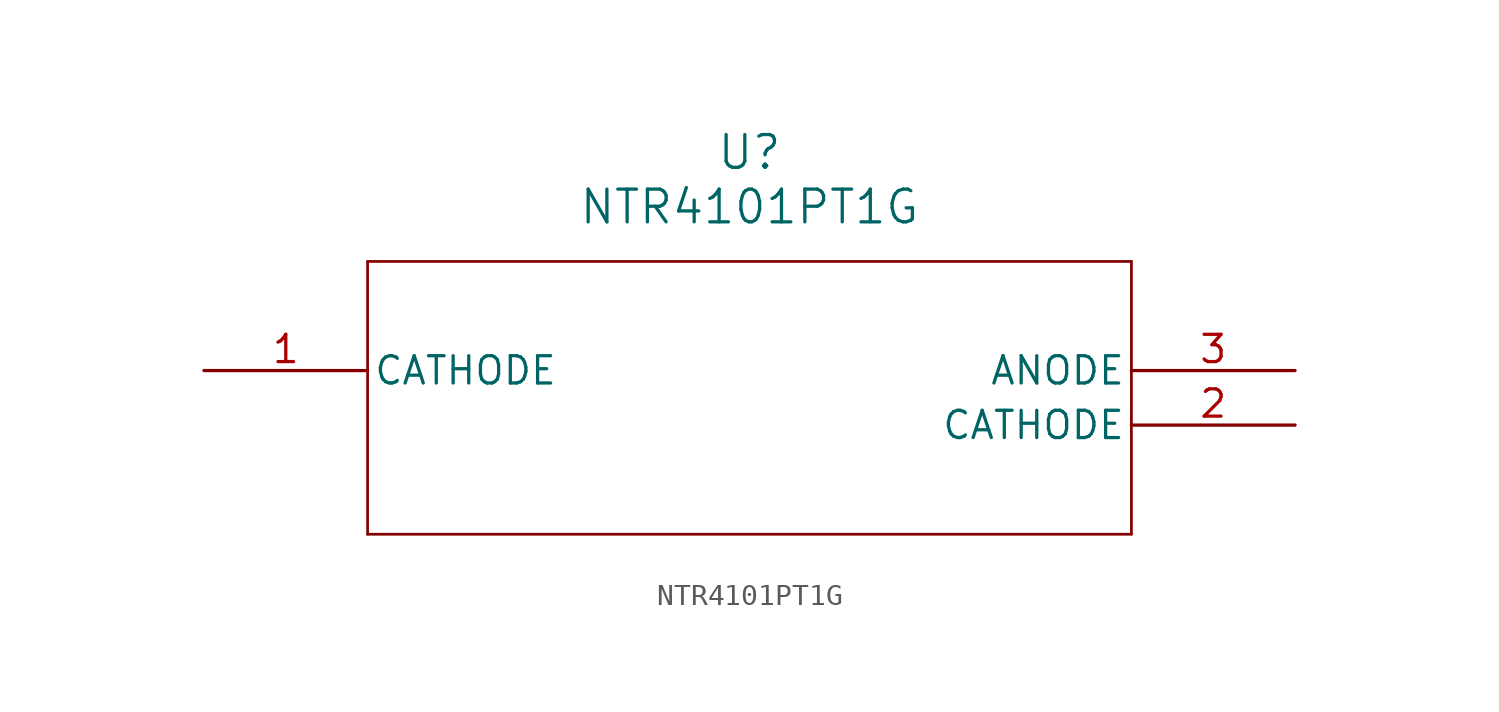
<source format=kicad_sym>
(kicad_symbol_lib
  (version 20211014)
  (generator kicad_symbol_editor)
  (symbol "NTR4101PT1G"
    (pin_names
      (offset 0.254))
    (property "Reference" "U"
      (at 25.4 10.16 0)
      (effects (font (size 1.524 1.524))))
    (property "Value" "NTR4101PT1G"
      (at 25.4 7.62 0)
      (effects (font (size 1.524 1.524))))
    (symbol "NTR4101PT1G_0_1"
      (polyline (pts (xy 7.62 5.08) (xy 7.62 -7.62)) (stroke (width 0.127) (type default) (color 0 0 0 0)) (fill (type none)))
      (polyline (pts (xy 7.62 -7.62) (xy 43.18 -7.62)) (stroke (width 0.127) (type default) (color 0 0 0 0)) (fill (type none)))
      (polyline (pts (xy 43.18 -7.62) (xy 43.18 5.08)) (stroke (width 0.127) (type default) (color 0 0 0 0)) (fill (type none)))
      (polyline (pts (xy 43.18 5.08) (xy 7.62 5.08)) (stroke (width 0.127) (type default) (color 0 0 0 0)) (fill (type none)))
      (pin unspecified line (at 0 0 0) (length 7.62) (name "CATHODE" (effects (font (size 1.27 1.27)))) (number "1" (effects (font (size 1.27 1.27)))))
      (pin unspecified line (at 50.8 -2.54 180) (length 7.62) (name "CATHODE" (effects (font (size 1.27 1.27)))) (number "2" (effects (font (size 1.27 1.27)))))
      (pin unspecified line (at 50.8 0 180) (length 7.62) (name "ANODE" (effects (font (size 1.27 1.27)))) (number "3" (effects (font (size 1.27 1.27))))))))
</source>
